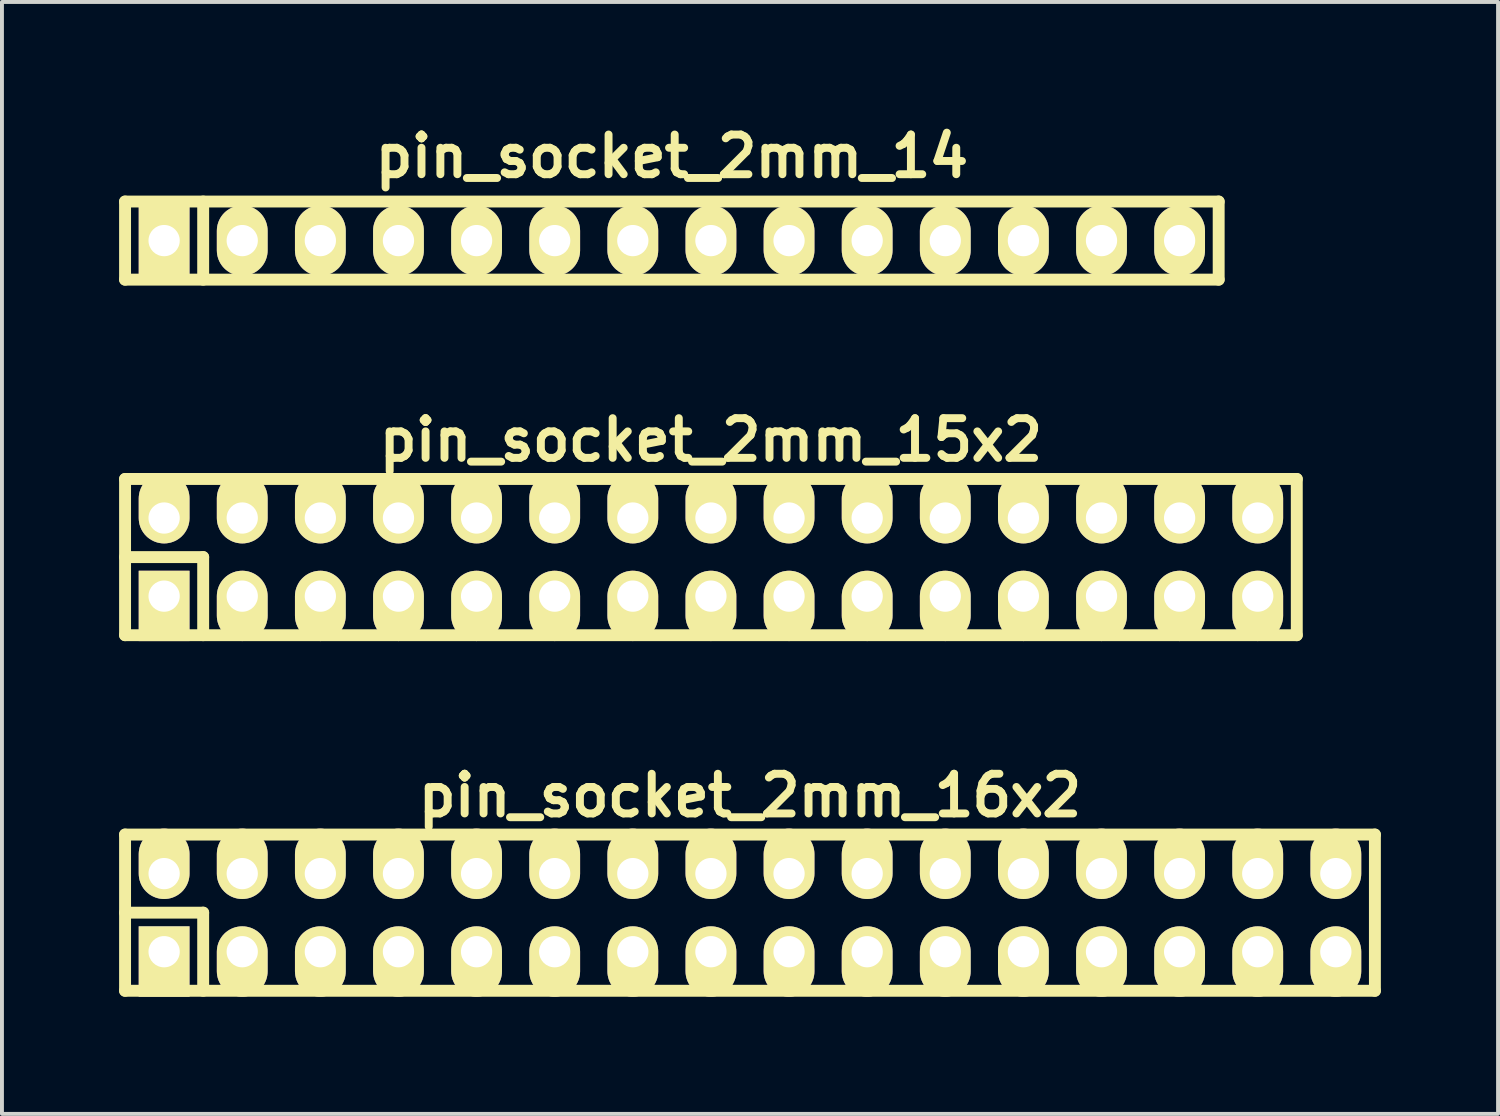
<source format=kicad_pcb>
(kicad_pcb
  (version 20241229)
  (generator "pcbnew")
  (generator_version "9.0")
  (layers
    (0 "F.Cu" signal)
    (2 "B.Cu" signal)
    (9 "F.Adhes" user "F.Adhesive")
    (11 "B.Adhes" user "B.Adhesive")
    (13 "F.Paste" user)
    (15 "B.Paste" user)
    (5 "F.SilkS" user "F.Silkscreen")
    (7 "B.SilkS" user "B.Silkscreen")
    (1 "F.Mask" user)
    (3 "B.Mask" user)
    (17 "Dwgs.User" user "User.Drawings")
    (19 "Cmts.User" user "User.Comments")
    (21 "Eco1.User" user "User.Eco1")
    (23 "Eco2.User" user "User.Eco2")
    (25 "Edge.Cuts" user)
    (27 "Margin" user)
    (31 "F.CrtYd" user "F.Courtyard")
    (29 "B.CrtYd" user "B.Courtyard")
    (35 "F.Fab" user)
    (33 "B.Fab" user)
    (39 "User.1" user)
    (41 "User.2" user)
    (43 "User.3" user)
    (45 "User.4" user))
  (footprint "pin_socket_2mm_14"
    (layer "F.Cu")
    (at 14.152 3.11)
    (property "Reference" "pin_socket_2mm_14" (at 0 -2.159 0) (layer "F.SilkS") (effects (font (size 1.016 1.016) (thickness 0.203))))
    (attr through_hole)
    (fp_line (start -14 -1) (end 14 -1) (stroke (width 0.305) (type solid)) (layer "F.SilkS"))
    (fp_line (start -14 1) (end -14 -1) (stroke (width 0.305) (type solid)) (layer "F.SilkS"))
    (fp_line (start -12 -1) (end -12 1) (stroke (width 0.305) (type solid)) (layer "F.SilkS"))
    (fp_line (start 14 -1) (end 14 1) (stroke (width 0.305) (type solid)) (layer "F.SilkS"))
    (fp_line (start 14 1) (end -14 1) (stroke (width 0.305) (type solid)) (layer "F.SilkS"))
    (pad "1" thru_hole rect (at -13 0) (size 1.3 1.8) (drill 0.8) (layers "*.Cu" "*.Mask" "F.SilkS"))
    (pad "2" thru_hole oval (at -11 0) (size 1.3 1.8) (drill 0.8) (layers "*.Cu" "*.Mask" "F.SilkS"))
    (pad "3" thru_hole oval (at -9 0) (size 1.3 1.8) (drill 0.8) (layers "*.Cu" "*.Mask" "F.SilkS"))
    (pad "4" thru_hole oval (at -7 0) (size 1.3 1.8) (drill 0.8) (layers "*.Cu" "*.Mask" "F.SilkS"))
    (pad "5" thru_hole oval (at -5 0) (size 1.3 1.8) (drill 0.8) (layers "*.Cu" "*.Mask" "F.SilkS"))
    (pad "6" thru_hole oval (at -3 0) (size 1.3 1.8) (drill 0.8) (layers "*.Cu" "*.Mask" "F.SilkS"))
    (pad "7" thru_hole oval (at -1 0) (size 1.3 1.8) (drill 0.8) (layers "*.Cu" "*.Mask" "F.SilkS"))
    (pad "8" thru_hole oval (at 1 0) (size 1.3 1.8) (drill 0.8) (layers "*.Cu" "*.Mask" "F.SilkS"))
    (pad "9" thru_hole oval (at 3 0) (size 1.3 1.8) (drill 0.8) (layers "*.Cu" "*.Mask" "F.SilkS"))
    (pad "10" thru_hole oval (at 5 0) (size 1.3 1.8) (drill 0.8) (layers "*.Cu" "*.Mask" "F.SilkS"))
    (pad "11" thru_hole oval (at 7 0) (size 1.3 1.8) (drill 0.8) (layers "*.Cu" "*.Mask" "F.SilkS"))
    (pad "12" thru_hole oval (at 9 0) (size 1.3 1.8) (drill 0.8) (layers "*.Cu" "*.Mask" "F.SilkS"))
    (pad "13" thru_hole oval (at 11 0) (size 1.3 1.8) (drill 0.8) (layers "*.Cu" "*.Mask" "F.SilkS"))
    (pad "14" thru_hole oval (at 13 0) (size 1.3 1.8) (drill 0.8) (layers "*.Cu" "*.Mask" "F.SilkS")))
  (footprint "pin_socket_2mm_15x2"
    (layer "F.Cu")
    (at 15.152 11.213)
    (property "Reference" "pin_socket_2mm_15x2" (at 0 -3 0) (layer "F.SilkS") (effects (font (size 1.016 1.016) (thickness 0.203))))
    (attr through_hole)
    (fp_line (start -15 -2) (end 15 -2) (stroke (width 0.305) (type solid)) (layer "F.SilkS"))
    (fp_line (start -15 0) (end -13 0) (stroke (width 0.305) (type solid)) (layer "F.SilkS"))
    (fp_line (start -15 2) (end -15 -2) (stroke (width 0.305) (type solid)) (layer "F.SilkS"))
    (fp_line (start -13 0) (end -13 2) (stroke (width 0.305) (type solid)) (layer "F.SilkS"))
    (fp_line (start 15 -2) (end 15 2) (stroke (width 0.305) (type solid)) (layer "F.SilkS"))
    (fp_line (start 15 2) (end -15 2) (stroke (width 0.305) (type solid)) (layer "F.SilkS"))
    (pad "1" thru_hole rect (at -14 1) (size 1.3 1.8) (drill 0.8 (offset 0 0.25)) (layers "*.Cu" "*.Mask" "F.SilkS"))
    (pad "2" thru_hole oval (at -14 -1) (size 1.3 1.8) (drill 0.8 (offset 0 -0.25)) (layers "*.Cu" "*.Mask" "F.SilkS"))
    (pad "3" thru_hole oval (at -12 1) (size 1.3 1.8) (drill 0.8 (offset 0 0.25)) (layers "*.Cu" "*.Mask" "F.SilkS"))
    (pad "4" thru_hole oval (at -12 -1) (size 1.3 1.8) (drill 0.8 (offset 0 -0.25)) (layers "*.Cu" "*.Mask" "F.SilkS"))
    (pad "5" thru_hole oval (at -10 1) (size 1.3 1.8) (drill 0.8 (offset 0 0.25)) (layers "*.Cu" "*.Mask" "F.SilkS"))
    (pad "6" thru_hole oval (at -10 -1) (size 1.3 1.8) (drill 0.8 (offset 0 -0.25)) (layers "*.Cu" "*.Mask" "F.SilkS"))
    (pad "7" thru_hole oval (at -8 1) (size 1.3 1.8) (drill 0.8 (offset 0 0.25)) (layers "*.Cu" "*.Mask" "F.SilkS"))
    (pad "8" thru_hole oval (at -8 -1) (size 1.3 1.8) (drill 0.8 (offset 0 -0.25)) (layers "*.Cu" "*.Mask" "F.SilkS"))
    (pad "9" thru_hole oval (at -6 1) (size 1.3 1.8) (drill 0.8 (offset 0 0.25)) (layers "*.Cu" "*.Mask" "F.SilkS"))
    (pad "10" thru_hole oval (at -6 -1) (size 1.3 1.8) (drill 0.8 (offset 0 -0.25)) (layers "*.Cu" "*.Mask" "F.SilkS"))
    (pad "11" thru_hole oval (at -4 1) (size 1.3 1.8) (drill 0.8 (offset 0 0.25)) (layers "*.Cu" "*.Mask" "F.SilkS"))
    (pad "12" thru_hole oval (at -4 -1) (size 1.3 1.8) (drill 0.8 (offset 0 -0.25)) (layers "*.Cu" "*.Mask" "F.SilkS"))
    (pad "13" thru_hole oval (at -2 1) (size 1.3 1.8) (drill 0.8 (offset 0 0.25)) (layers "*.Cu" "*.Mask" "F.SilkS"))
    (pad "14" thru_hole oval (at -2 -1) (size 1.3 1.8) (drill 0.8 (offset 0 -0.25)) (layers "*.Cu" "*.Mask" "F.SilkS"))
    (pad "15" thru_hole oval (at 0 1) (size 1.3 1.8) (drill 0.8 (offset 0 0.25)) (layers "*.Cu" "*.Mask" "F.SilkS"))
    (pad "16" thru_hole oval (at 0 -1) (size 1.3 1.8) (drill 0.8 (offset 0 -0.25)) (layers "*.Cu" "*.Mask" "F.SilkS"))
    (pad "17" thru_hole oval (at 2 1) (size 1.3 1.8) (drill 0.8 (offset 0 0.25)) (layers "*.Cu" "*.Mask" "F.SilkS"))
    (pad "18" thru_hole oval (at 2 -1) (size 1.3 1.8) (drill 0.8 (offset 0 -0.25)) (layers "*.Cu" "*.Mask" "F.SilkS"))
    (pad "19" thru_hole oval (at 4 1) (size 1.3 1.8) (drill 0.8 (offset 0 0.25)) (layers "*.Cu" "*.Mask" "F.SilkS"))
    (pad "20" thru_hole oval (at 4 -1) (size 1.3 1.8) (drill 0.8 (offset 0 -0.25)) (layers "*.Cu" "*.Mask" "F.SilkS"))
    (pad "21" thru_hole oval (at 6 1) (size 1.3 1.8) (drill 0.8 (offset 0 0.25)) (layers "*.Cu" "*.Mask" "F.SilkS"))
    (pad "22" thru_hole oval (at 6 -1) (size 1.3 1.8) (drill 0.8 (offset 0 -0.25)) (layers "*.Cu" "*.Mask" "F.SilkS"))
    (pad "23" thru_hole oval (at 8 1) (size 1.3 1.8) (drill 0.8 (offset 0 0.25)) (layers "*.Cu" "*.Mask" "F.SilkS"))
    (pad "24" thru_hole oval (at 8 -1) (size 1.3 1.8) (drill 0.8 (offset 0 -0.25)) (layers "*.Cu" "*.Mask" "F.SilkS"))
    (pad "25" thru_hole oval (at 10 1) (size 1.3 1.8) (drill 0.8 (offset 0 0.25)) (layers "*.Cu" "*.Mask" "F.SilkS"))
    (pad "26" thru_hole oval (at 10 -1) (size 1.3 1.8) (drill 0.8 (offset 0 -0.25)) (layers "*.Cu" "*.Mask" "F.SilkS"))
    (pad "27" thru_hole oval (at 12 1) (size 1.3 1.8) (drill 0.8 (offset 0 0.25)) (layers "*.Cu" "*.Mask" "F.SilkS"))
    (pad "28" thru_hole oval (at 12 -1) (size 1.3 1.8) (drill 0.8 (offset 0 -0.25)) (layers "*.Cu" "*.Mask" "F.SilkS"))
    (pad "29" thru_hole oval (at 14 1) (size 1.3 1.8) (drill 0.8 (offset 0 0.25)) (layers "*.Cu" "*.Mask" "F.SilkS"))
    (pad "30" thru_hole oval (at 14 -1) (size 1.3 1.8) (drill 0.8 (offset 0 -0.25)) (layers "*.Cu" "*.Mask" "F.SilkS")))
  (footprint "pin_socket_2mm_16x2"
    (layer "F.Cu")
    (at 16.152 20.317)
    (property "Reference" "pin_socket_2mm_16x2" (at 0 -3 0) (layer "F.SilkS") (effects (font (size 1.016 1.016) (thickness 0.203))))
    (attr through_hole)
    (fp_line (start -16 -2) (end 16 -2) (stroke (width 0.305) (type solid)) (layer "F.SilkS"))
    (fp_line (start -16 0) (end -14 0) (stroke (width 0.305) (type solid)) (layer "F.SilkS"))
    (fp_line (start -16 2) (end -16 -2) (stroke (width 0.305) (type solid)) (layer "F.SilkS"))
    (fp_line (start -14 0) (end -14 2) (stroke (width 0.305) (type solid)) (layer "F.SilkS"))
    (fp_line (start 16 -2) (end 16 2) (stroke (width 0.305) (type solid)) (layer "F.SilkS"))
    (fp_line (start 16 2) (end -16 2) (stroke (width 0.305) (type solid)) (layer "F.SilkS"))
    (pad "1" thru_hole rect (at -15 1) (size 1.3 1.8) (drill 0.8 (offset 0 0.25)) (layers "*.Cu" "*.Mask" "F.SilkS"))
    (pad "2" thru_hole oval (at -15 -1) (size 1.3 1.8) (drill 0.8 (offset 0 -0.25)) (layers "*.Cu" "*.Mask" "F.SilkS"))
    (pad "3" thru_hole oval (at -13 1) (size 1.3 1.8) (drill 0.8 (offset 0 0.25)) (layers "*.Cu" "*.Mask" "F.SilkS"))
    (pad "4" thru_hole oval (at -13 -1) (size 1.3 1.8) (drill 0.8 (offset 0 -0.25)) (layers "*.Cu" "*.Mask" "F.SilkS"))
    (pad "5" thru_hole oval (at -11 1) (size 1.3 1.8) (drill 0.8 (offset 0 0.25)) (layers "*.Cu" "*.Mask" "F.SilkS"))
    (pad "6" thru_hole oval (at -11 -1) (size 1.3 1.8) (drill 0.8 (offset 0 -0.25)) (layers "*.Cu" "*.Mask" "F.SilkS"))
    (pad "7" thru_hole oval (at -9 1) (size 1.3 1.8) (drill 0.8 (offset 0 0.25)) (layers "*.Cu" "*.Mask" "F.SilkS"))
    (pad "8" thru_hole oval (at -9 -1) (size 1.3 1.8) (drill 0.8 (offset 0 -0.25)) (layers "*.Cu" "*.Mask" "F.SilkS"))
    (pad "9" thru_hole oval (at -7 1) (size 1.3 1.8) (drill 0.8 (offset 0 0.25)) (layers "*.Cu" "*.Mask" "F.SilkS"))
    (pad "10" thru_hole oval (at -7 -1) (size 1.3 1.8) (drill 0.8 (offset 0 -0.25)) (layers "*.Cu" "*.Mask" "F.SilkS"))
    (pad "11" thru_hole oval (at -5 1) (size 1.3 1.8) (drill 0.8 (offset 0 0.25)) (layers "*.Cu" "*.Mask" "F.SilkS"))
    (pad "12" thru_hole oval (at -5 -1) (size 1.3 1.8) (drill 0.8 (offset 0 -0.25)) (layers "*.Cu" "*.Mask" "F.SilkS"))
    (pad "13" thru_hole oval (at -3 1) (size 1.3 1.8) (drill 0.8 (offset 0 0.25)) (layers "*.Cu" "*.Mask" "F.SilkS"))
    (pad "14" thru_hole oval (at -3 -1) (size 1.3 1.8) (drill 0.8 (offset 0 -0.25)) (layers "*.Cu" "*.Mask" "F.SilkS"))
    (pad "15" thru_hole oval (at -1 1) (size 1.3 1.8) (drill 0.8 (offset 0 0.25)) (layers "*.Cu" "*.Mask" "F.SilkS"))
    (pad "16" thru_hole oval (at -1 -1) (size 1.3 1.8) (drill 0.8 (offset 0 -0.25)) (layers "*.Cu" "*.Mask" "F.SilkS"))
    (pad "17" thru_hole oval (at 1 1) (size 1.3 1.8) (drill 0.8 (offset 0 0.25)) (layers "*.Cu" "*.Mask" "F.SilkS"))
    (pad "18" thru_hole oval (at 1 -1) (size 1.3 1.8) (drill 0.8 (offset 0 -0.25)) (layers "*.Cu" "*.Mask" "F.SilkS"))
    (pad "19" thru_hole oval (at 3 1) (size 1.3 1.8) (drill 0.8 (offset 0 0.25)) (layers "*.Cu" "*.Mask" "F.SilkS"))
    (pad "20" thru_hole oval (at 3 -1) (size 1.3 1.8) (drill 0.8 (offset 0 -0.25)) (layers "*.Cu" "*.Mask" "F.SilkS"))
    (pad "21" thru_hole oval (at 5 1) (size 1.3 1.8) (drill 0.8 (offset 0 0.25)) (layers "*.Cu" "*.Mask" "F.SilkS"))
    (pad "22" thru_hole oval (at 5 -1) (size 1.3 1.8) (drill 0.8 (offset 0 -0.25)) (layers "*.Cu" "*.Mask" "F.SilkS"))
    (pad "23" thru_hole oval (at 7 1) (size 1.3 1.8) (drill 0.8 (offset 0 0.25)) (layers "*.Cu" "*.Mask" "F.SilkS"))
    (pad "24" thru_hole oval (at 7 -1) (size 1.3 1.8) (drill 0.8 (offset 0 -0.25)) (layers "*.Cu" "*.Mask" "F.SilkS"))
    (pad "25" thru_hole oval (at 9 1) (size 1.3 1.8) (drill 0.8 (offset 0 0.25)) (layers "*.Cu" "*.Mask" "F.SilkS"))
    (pad "26" thru_hole oval (at 9 -1) (size 1.3 1.8) (drill 0.8 (offset 0 -0.25)) (layers "*.Cu" "*.Mask" "F.SilkS"))
    (pad "27" thru_hole oval (at 11 1) (size 1.3 1.8) (drill 0.8 (offset 0 0.25)) (layers "*.Cu" "*.Mask" "F.SilkS"))
    (pad "28" thru_hole oval (at 11 -1) (size 1.3 1.8) (drill 0.8 (offset 0 -0.25)) (layers "*.Cu" "*.Mask" "F.SilkS"))
    (pad "29" thru_hole oval (at 13 1) (size 1.3 1.8) (drill 0.8 (offset 0 0.25)) (layers "*.Cu" "*.Mask" "F.SilkS"))
    (pad "30" thru_hole oval (at 13 -1) (size 1.3 1.8) (drill 0.8 (offset 0 -0.25)) (layers "*.Cu" "*.Mask" "F.SilkS"))
    (pad "31" thru_hole oval (at 15 1) (size 1.3 1.8) (drill 0.8 (offset 0 0.25)) (layers "*.Cu" "*.Mask" "F.SilkS"))
    (pad "32" thru_hole oval (at 15 -1) (size 1.3 1.8) (drill 0.8 (offset 0 -0.25)) (layers "*.Cu" "*.Mask" "F.SilkS")))
  (gr_rect
    (start -3 -3)
    (end 35.305 25.469)
    (stroke (width 0.1) (type default))
    (fill no)
    (layer "Edge.Cuts")))
</source>
